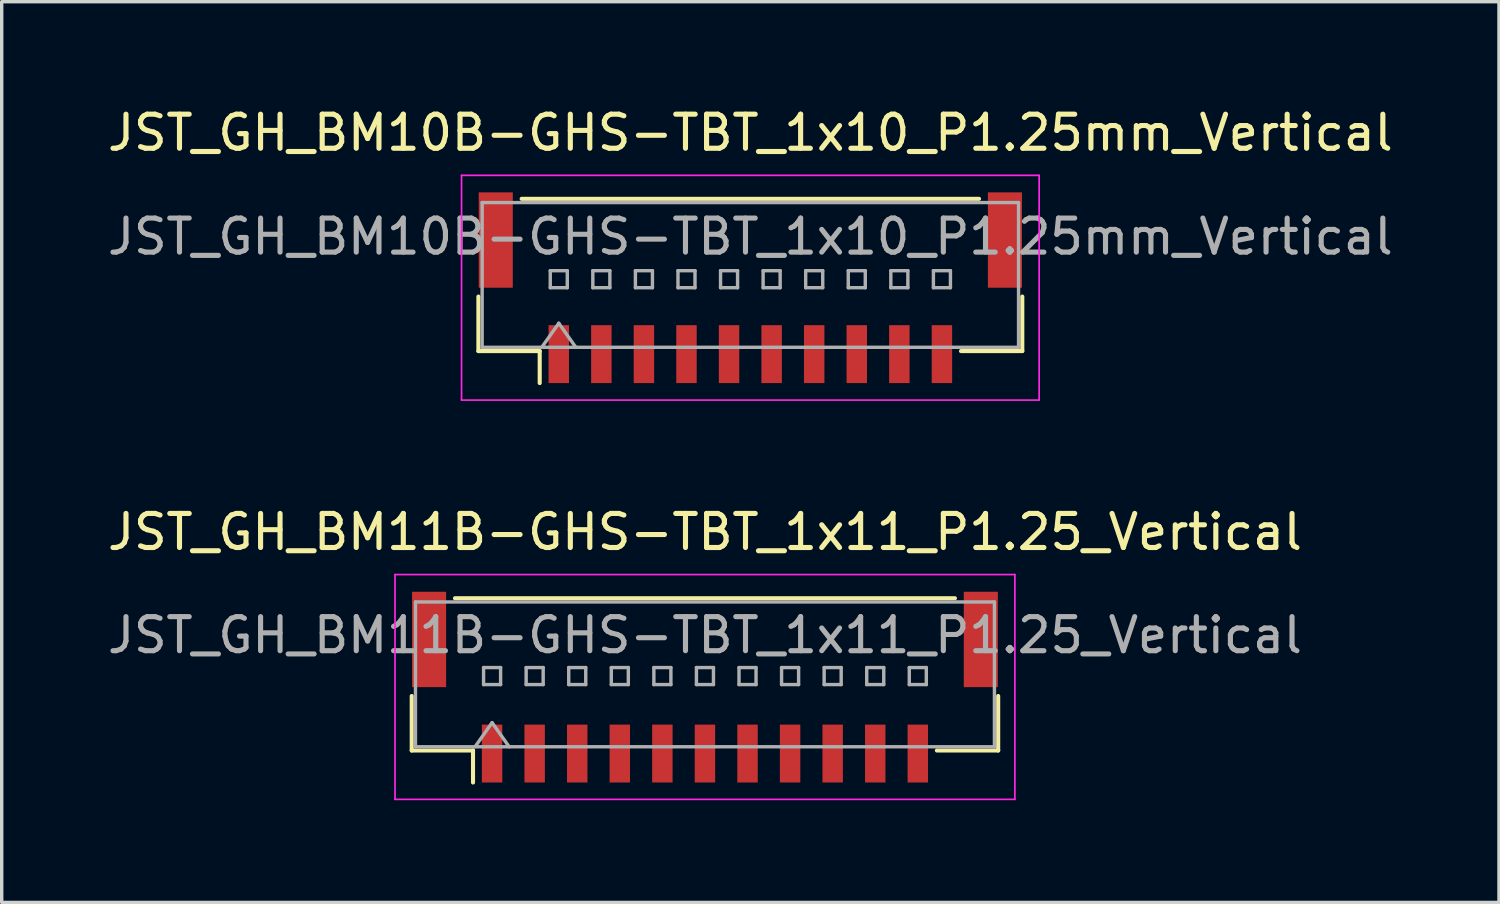
<source format=kicad_pcb>
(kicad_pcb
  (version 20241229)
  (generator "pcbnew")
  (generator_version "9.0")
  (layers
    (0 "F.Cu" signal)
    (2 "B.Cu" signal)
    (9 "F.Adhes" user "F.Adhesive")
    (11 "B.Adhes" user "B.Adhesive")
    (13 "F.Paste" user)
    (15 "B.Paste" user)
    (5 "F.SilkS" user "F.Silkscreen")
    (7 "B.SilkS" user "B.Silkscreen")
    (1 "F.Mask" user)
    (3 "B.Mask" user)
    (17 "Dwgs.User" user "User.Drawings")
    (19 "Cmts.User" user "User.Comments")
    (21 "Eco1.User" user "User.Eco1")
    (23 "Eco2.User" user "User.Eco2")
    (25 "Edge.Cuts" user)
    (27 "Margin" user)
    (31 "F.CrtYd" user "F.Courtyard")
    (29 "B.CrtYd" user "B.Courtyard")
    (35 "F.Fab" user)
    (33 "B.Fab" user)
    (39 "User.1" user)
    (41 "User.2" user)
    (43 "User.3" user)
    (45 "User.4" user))
  (footprint "JST_GH_BM11B-GHS-TBT_1x11_P1.25_Vertical"
    (layer "F.Cu")
    (at 17.649 17.401)
    (property "Reference" "JST_GH_BM11B-GHS-TBT_1x11_P1.25_Vertical" (at 0 -4.83 0) (layer "F.SilkS") (effects (font (size 1 1) (thickness 0.15))))
    (attr smd)
    (fp_line (start -8.61 -0.015) (end -8.61 1.585) (stroke (width 0.12) (type solid)) (layer "F.SilkS"))
    (fp_line (start -8.61 1.585) (end -6.81 1.585) (stroke (width 0.12) (type solid)) (layer "F.SilkS"))
    (fp_line (start -7.34 -2.885) (end 7.34 -2.885) (stroke (width 0.12) (type solid)) (layer "F.SilkS"))
    (fp_line (start -6.81 1.585) (end -6.81 2.525) (stroke (width 0.12) (type solid)) (layer "F.SilkS"))
    (fp_line (start 8.61 -0.015) (end 8.61 1.585) (stroke (width 0.12) (type solid)) (layer "F.SilkS"))
    (fp_line (start 8.61 1.585) (end 6.81 1.585) (stroke (width 0.12) (type solid)) (layer "F.SilkS"))
    (fp_line (start -9.1 -3.58) (end -9.1 3.02) (stroke (width 0.05) (type solid)) (layer "F.CrtYd"))
    (fp_line (start -9.1 3.02) (end 9.1 3.02) (stroke (width 0.05) (type solid)) (layer "F.CrtYd"))
    (fp_line (start 9.1 -3.58) (end -9.1 -3.58) (stroke (width 0.05) (type solid)) (layer "F.CrtYd"))
    (fp_line (start 9.1 3.02) (end 9.1 -3.58) (stroke (width 0.05) (type solid)) (layer "F.CrtYd"))
    (fp_line (start -8.5 -2.775) (end -8.5 1.475) (stroke (width 0.1) (type solid)) (layer "F.Fab"))
    (fp_line (start -8.5 1.475) (end 8.5 1.475) (stroke (width 0.1) (type solid)) (layer "F.Fab"))
    (fp_line (start -6.75 1.475) (end -6.25 0.768) (stroke (width 0.1) (type solid)) (layer "F.Fab"))
    (fp_line (start -6.5 -0.85) (end -6.5 -0.35) (stroke (width 0.1) (type solid)) (layer "F.Fab"))
    (fp_line (start -6.5 -0.35) (end -6 -0.35) (stroke (width 0.1) (type solid)) (layer "F.Fab"))
    (fp_line (start -6.25 0.768) (end -5.75 1.475) (stroke (width 0.1) (type solid)) (layer "F.Fab"))
    (fp_line (start -6 -0.85) (end -6.5 -0.85) (stroke (width 0.1) (type solid)) (layer "F.Fab"))
    (fp_line (start -6 -0.35) (end -6 -0.85) (stroke (width 0.1) (type solid)) (layer "F.Fab"))
    (fp_line (start -5.25 -0.85) (end -5.25 -0.35) (stroke (width 0.1) (type solid)) (layer "F.Fab"))
    (fp_line (start -5.25 -0.35) (end -4.75 -0.35) (stroke (width 0.1) (type solid)) (layer "F.Fab"))
    (fp_line (start -4.75 -0.85) (end -5.25 -0.85) (stroke (width 0.1) (type solid)) (layer "F.Fab"))
    (fp_line (start -4.75 -0.35) (end -4.75 -0.85) (stroke (width 0.1) (type solid)) (layer "F.Fab"))
    (fp_line (start -4 -0.85) (end -4 -0.35) (stroke (width 0.1) (type solid)) (layer "F.Fab"))
    (fp_line (start -4 -0.35) (end -3.5 -0.35) (stroke (width 0.1) (type solid)) (layer "F.Fab"))
    (fp_line (start -3.5 -0.85) (end -4 -0.85) (stroke (width 0.1) (type solid)) (layer "F.Fab"))
    (fp_line (start -3.5 -0.35) (end -3.5 -0.85) (stroke (width 0.1) (type solid)) (layer "F.Fab"))
    (fp_line (start -2.75 -0.85) (end -2.75 -0.35) (stroke (width 0.1) (type solid)) (layer "F.Fab"))
    (fp_line (start -2.75 -0.35) (end -2.25 -0.35) (stroke (width 0.1) (type solid)) (layer "F.Fab"))
    (fp_line (start -2.25 -0.85) (end -2.75 -0.85) (stroke (width 0.1) (type solid)) (layer "F.Fab"))
    (fp_line (start -2.25 -0.35) (end -2.25 -0.85) (stroke (width 0.1) (type solid)) (layer "F.Fab"))
    (fp_line (start -1.5 -0.85) (end -1.5 -0.35) (stroke (width 0.1) (type solid)) (layer "F.Fab"))
    (fp_line (start -1.5 -0.35) (end -1 -0.35) (stroke (width 0.1) (type solid)) (layer "F.Fab"))
    (fp_line (start -1 -0.85) (end -1.5 -0.85) (stroke (width 0.1) (type solid)) (layer "F.Fab"))
    (fp_line (start -1 -0.35) (end -1 -0.85) (stroke (width 0.1) (type solid)) (layer "F.Fab"))
    (fp_line (start -0.25 -0.85) (end -0.25 -0.35) (stroke (width 0.1) (type solid)) (layer "F.Fab"))
    (fp_line (start -0.25 -0.35) (end 0.25 -0.35) (stroke (width 0.1) (type solid)) (layer "F.Fab"))
    (fp_line (start 0.25 -0.85) (end -0.25 -0.85) (stroke (width 0.1) (type solid)) (layer "F.Fab"))
    (fp_line (start 0.25 -0.35) (end 0.25 -0.85) (stroke (width 0.1) (type solid)) (layer "F.Fab"))
    (fp_line (start 1 -0.85) (end 1 -0.35) (stroke (width 0.1) (type solid)) (layer "F.Fab"))
    (fp_line (start 1 -0.35) (end 1.5 -0.35) (stroke (width 0.1) (type solid)) (layer "F.Fab"))
    (fp_line (start 1.5 -0.85) (end 1 -0.85) (stroke (width 0.1) (type solid)) (layer "F.Fab"))
    (fp_line (start 1.5 -0.35) (end 1.5 -0.85) (stroke (width 0.1) (type solid)) (layer "F.Fab"))
    (fp_line (start 2.25 -0.85) (end 2.25 -0.35) (stroke (width 0.1) (type solid)) (layer "F.Fab"))
    (fp_line (start 2.25 -0.35) (end 2.75 -0.35) (stroke (width 0.1) (type solid)) (layer "F.Fab"))
    (fp_line (start 2.75 -0.85) (end 2.25 -0.85) (stroke (width 0.1) (type solid)) (layer "F.Fab"))
    (fp_line (start 2.75 -0.35) (end 2.75 -0.85) (stroke (width 0.1) (type solid)) (layer "F.Fab"))
    (fp_line (start 3.5 -0.85) (end 3.5 -0.35) (stroke (width 0.1) (type solid)) (layer "F.Fab"))
    (fp_line (start 3.5 -0.35) (end 4 -0.35) (stroke (width 0.1) (type solid)) (layer "F.Fab"))
    (fp_line (start 4 -0.85) (end 3.5 -0.85) (stroke (width 0.1) (type solid)) (layer "F.Fab"))
    (fp_line (start 4 -0.35) (end 4 -0.85) (stroke (width 0.1) (type solid)) (layer "F.Fab"))
    (fp_line (start 4.75 -0.85) (end 4.75 -0.35) (stroke (width 0.1) (type solid)) (layer "F.Fab"))
    (fp_line (start 4.75 -0.35) (end 5.25 -0.35) (stroke (width 0.1) (type solid)) (layer "F.Fab"))
    (fp_line (start 5.25 -0.85) (end 4.75 -0.85) (stroke (width 0.1) (type solid)) (layer "F.Fab"))
    (fp_line (start 5.25 -0.35) (end 5.25 -0.85) (stroke (width 0.1) (type solid)) (layer "F.Fab"))
    (fp_line (start 6 -0.85) (end 6 -0.35) (stroke (width 0.1) (type solid)) (layer "F.Fab"))
    (fp_line (start 6 -0.35) (end 6.5 -0.35) (stroke (width 0.1) (type solid)) (layer "F.Fab"))
    (fp_line (start 6.5 -0.85) (end 6 -0.85) (stroke (width 0.1) (type solid)) (layer "F.Fab"))
    (fp_line (start 6.5 -0.35) (end 6.5 -0.85) (stroke (width 0.1) (type solid)) (layer "F.Fab"))
    (fp_line (start 8.5 -2.775) (end -8.5 -2.775) (stroke (width 0.1) (type solid)) (layer "F.Fab"))
    (fp_line (start 8.5 1.475) (end 8.5 -2.775) (stroke (width 0.1) (type solid)) (layer "F.Fab"))
    (fp_text user "${REFERENCE}" (at 0 -1.8 0) (layer "F.Fab") (effects (font (size 1 1) (thickness 0.15))))
    (pad "" smd rect (at -8.1 -1.675) (size 1 2.8) (layers "F.Cu" "F.Mask" "F.Paste"))
    (pad "" smd rect (at 8.1 -1.675) (size 1 2.8) (layers "F.Cu" "F.Mask" "F.Paste"))
    (pad "1" smd rect (at -6.25 1.675) (size 0.6 1.7) (layers "F.Cu" "F.Mask" "F.Paste"))
    (pad "2" smd rect (at -5 1.675) (size 0.6 1.7) (layers "F.Cu" "F.Mask" "F.Paste"))
    (pad "3" smd rect (at -3.75 1.675) (size 0.6 1.7) (layers "F.Cu" "F.Mask" "F.Paste"))
    (pad "4" smd rect (at -2.5 1.675) (size 0.6 1.7) (layers "F.Cu" "F.Mask" "F.Paste"))
    (pad "5" smd rect (at -1.25 1.675) (size 0.6 1.7) (layers "F.Cu" "F.Mask" "F.Paste"))
    (pad "6" smd rect (at 0 1.675) (size 0.6 1.7) (layers "F.Cu" "F.Mask" "F.Paste"))
    (pad "7" smd rect (at 1.25 1.675) (size 0.6 1.7) (layers "F.Cu" "F.Mask" "F.Paste"))
    (pad "8" smd rect (at 2.5 1.675) (size 0.6 1.7) (layers "F.Cu" "F.Mask" "F.Paste"))
    (pad "9" smd rect (at 3.75 1.675) (size 0.6 1.7) (layers "F.Cu" "F.Mask" "F.Paste"))
    (pad "10" smd rect (at 5 1.675) (size 0.6 1.7) (layers "F.Cu" "F.Mask" "F.Paste"))
    (pad "11" smd rect (at 6.25 1.675) (size 0.6 1.7) (layers "F.Cu" "F.Mask" "F.Paste")))
  (footprint "JST_GH_BM10B-GHS-TBT_1x10_P1.25mm_Vertical"
    (layer "F.Cu")
    (at 18.982 5.398)
    (property "Reference" "JST_GH_BM10B-GHS-TBT_1x10_P1.25mm_Vertical" (at 0 -4.55 0) (layer "F.SilkS") (effects (font (size 1 1) (thickness 0.15))))
    (attr smd)
    (fp_line (start -7.985 0.26) (end -7.985 1.86) (stroke (width 0.12) (type solid)) (layer "F.SilkS"))
    (fp_line (start -7.985 1.86) (end -6.185 1.86) (stroke (width 0.12) (type solid)) (layer "F.SilkS"))
    (fp_line (start -6.715 -2.61) (end 6.715 -2.61) (stroke (width 0.12) (type solid)) (layer "F.SilkS"))
    (fp_line (start -6.185 1.86) (end -6.185 2.8) (stroke (width 0.12) (type solid)) (layer "F.SilkS"))
    (fp_line (start 7.985 0.26) (end 7.985 1.86) (stroke (width 0.12) (type solid)) (layer "F.SilkS"))
    (fp_line (start 7.985 1.86) (end 6.185 1.86) (stroke (width 0.12) (type solid)) (layer "F.SilkS"))
    (fp_line (start -8.48 -3.3) (end -8.48 3.3) (stroke (width 0.05) (type solid)) (layer "F.CrtYd"))
    (fp_line (start -8.48 3.3) (end 8.48 3.3) (stroke (width 0.05) (type solid)) (layer "F.CrtYd"))
    (fp_line (start 8.48 -3.3) (end -8.48 -3.3) (stroke (width 0.05) (type solid)) (layer "F.CrtYd"))
    (fp_line (start 8.48 3.3) (end 8.48 -3.3) (stroke (width 0.05) (type solid)) (layer "F.CrtYd"))
    (fp_line (start -7.875 -2.5) (end 7.875 -2.5) (stroke (width 0.1) (type solid)) (layer "F.Fab"))
    (fp_line (start -7.875 1.75) (end -7.875 -2.5) (stroke (width 0.1) (type solid)) (layer "F.Fab"))
    (fp_line (start -7.875 1.75) (end 7.875 1.75) (stroke (width 0.1) (type solid)) (layer "F.Fab"))
    (fp_line (start -6.125 1.75) (end -5.625 1.043) (stroke (width 0.1) (type solid)) (layer "F.Fab"))
    (fp_line (start -5.875 -0.5) (end -5.875 0) (stroke (width 0.1) (type solid)) (layer "F.Fab"))
    (fp_line (start -5.875 0) (end -5.375 0) (stroke (width 0.1) (type solid)) (layer "F.Fab"))
    (fp_line (start -5.625 1.043) (end -5.125 1.75) (stroke (width 0.1) (type solid)) (layer "F.Fab"))
    (fp_line (start -5.375 -0.5) (end -5.875 -0.5) (stroke (width 0.1) (type solid)) (layer "F.Fab"))
    (fp_line (start -5.375 0) (end -5.375 -0.5) (stroke (width 0.1) (type solid)) (layer "F.Fab"))
    (fp_line (start -4.625 -0.5) (end -4.625 0) (stroke (width 0.1) (type solid)) (layer "F.Fab"))
    (fp_line (start -4.625 0) (end -4.125 0) (stroke (width 0.1) (type solid)) (layer "F.Fab"))
    (fp_line (start -4.125 -0.5) (end -4.625 -0.5) (stroke (width 0.1) (type solid)) (layer "F.Fab"))
    (fp_line (start -4.125 0) (end -4.125 -0.5) (stroke (width 0.1) (type solid)) (layer "F.Fab"))
    (fp_line (start -3.375 -0.5) (end -3.375 0) (stroke (width 0.1) (type solid)) (layer "F.Fab"))
    (fp_line (start -3.375 0) (end -2.875 0) (stroke (width 0.1) (type solid)) (layer "F.Fab"))
    (fp_line (start -2.875 -0.5) (end -3.375 -0.5) (stroke (width 0.1) (type solid)) (layer "F.Fab"))
    (fp_line (start -2.875 0) (end -2.875 -0.5) (stroke (width 0.1) (type solid)) (layer "F.Fab"))
    (fp_line (start -2.125 -0.5) (end -2.125 0) (stroke (width 0.1) (type solid)) (layer "F.Fab"))
    (fp_line (start -2.125 0) (end -1.625 0) (stroke (width 0.1) (type solid)) (layer "F.Fab"))
    (fp_line (start -1.625 -0.5) (end -2.125 -0.5) (stroke (width 0.1) (type solid)) (layer "F.Fab"))
    (fp_line (start -1.625 0) (end -1.625 -0.5) (stroke (width 0.1) (type solid)) (layer "F.Fab"))
    (fp_line (start -0.875 -0.5) (end -0.875 0) (stroke (width 0.1) (type solid)) (layer "F.Fab"))
    (fp_line (start -0.875 0) (end -0.375 0) (stroke (width 0.1) (type solid)) (layer "F.Fab"))
    (fp_line (start -0.375 -0.5) (end -0.875 -0.5) (stroke (width 0.1) (type solid)) (layer "F.Fab"))
    (fp_line (start -0.375 0) (end -0.375 -0.5) (stroke (width 0.1) (type solid)) (layer "F.Fab"))
    (fp_line (start 0.375 -0.5) (end 0.375 0) (stroke (width 0.1) (type solid)) (layer "F.Fab"))
    (fp_line (start 0.375 0) (end 0.875 0) (stroke (width 0.1) (type solid)) (layer "F.Fab"))
    (fp_line (start 0.875 -0.5) (end 0.375 -0.5) (stroke (width 0.1) (type solid)) (layer "F.Fab"))
    (fp_line (start 0.875 0) (end 0.875 -0.5) (stroke (width 0.1) (type solid)) (layer "F.Fab"))
    (fp_line (start 1.625 -0.5) (end 1.625 0) (stroke (width 0.1) (type solid)) (layer "F.Fab"))
    (fp_line (start 1.625 0) (end 2.125 0) (stroke (width 0.1) (type solid)) (layer "F.Fab"))
    (fp_line (start 2.125 -0.5) (end 1.625 -0.5) (stroke (width 0.1) (type solid)) (layer "F.Fab"))
    (fp_line (start 2.125 0) (end 2.125 -0.5) (stroke (width 0.1) (type solid)) (layer "F.Fab"))
    (fp_line (start 2.875 -0.5) (end 2.875 0) (stroke (width 0.1) (type solid)) (layer "F.Fab"))
    (fp_line (start 2.875 0) (end 3.375 0) (stroke (width 0.1) (type solid)) (layer "F.Fab"))
    (fp_line (start 3.375 -0.5) (end 2.875 -0.5) (stroke (width 0.1) (type solid)) (layer "F.Fab"))
    (fp_line (start 3.375 0) (end 3.375 -0.5) (stroke (width 0.1) (type solid)) (layer "F.Fab"))
    (fp_line (start 4.125 -0.5) (end 4.125 0) (stroke (width 0.1) (type solid)) (layer "F.Fab"))
    (fp_line (start 4.125 0) (end 4.625 0) (stroke (width 0.1) (type solid)) (layer "F.Fab"))
    (fp_line (start 4.625 -0.5) (end 4.125 -0.5) (stroke (width 0.1) (type solid)) (layer "F.Fab"))
    (fp_line (start 4.625 0) (end 4.625 -0.5) (stroke (width 0.1) (type solid)) (layer "F.Fab"))
    (fp_line (start 5.375 -0.5) (end 5.375 0) (stroke (width 0.1) (type solid)) (layer "F.Fab"))
    (fp_line (start 5.375 0) (end 5.875 0) (stroke (width 0.1) (type solid)) (layer "F.Fab"))
    (fp_line (start 5.875 -0.5) (end 5.375 -0.5) (stroke (width 0.1) (type solid)) (layer "F.Fab"))
    (fp_line (start 5.875 0) (end 5.875 -0.5) (stroke (width 0.1) (type solid)) (layer "F.Fab"))
    (fp_line (start 7.875 1.75) (end 7.875 -2.5) (stroke (width 0.1) (type solid)) (layer "F.Fab"))
    (fp_text user "${REFERENCE}" (at 0 -1.5 0) (layer "F.Fab") (effects (font (size 1 1) (thickness 0.15))))
    (pad "" smd rect (at -7.475 -1.4) (size 1 2.8) (layers "F.Cu" "F.Mask" "F.Paste"))
    (pad "" smd rect (at 7.475 -1.4) (size 1 2.8) (layers "F.Cu" "F.Mask" "F.Paste"))
    (pad "1" smd rect (at -5.625 1.95) (size 0.6 1.7) (layers "F.Cu" "F.Mask" "F.Paste"))
    (pad "2" smd rect (at -4.375 1.95) (size 0.6 1.7) (layers "F.Cu" "F.Mask" "F.Paste"))
    (pad "3" smd rect (at -3.125 1.95) (size 0.6 1.7) (layers "F.Cu" "F.Mask" "F.Paste"))
    (pad "4" smd rect (at -1.875 1.95) (size 0.6 1.7) (layers "F.Cu" "F.Mask" "F.Paste"))
    (pad "5" smd rect (at -0.625 1.95) (size 0.6 1.7) (layers "F.Cu" "F.Mask" "F.Paste"))
    (pad "6" smd rect (at 0.625 1.95) (size 0.6 1.7) (layers "F.Cu" "F.Mask" "F.Paste"))
    (pad "7" smd rect (at 1.875 1.95) (size 0.6 1.7) (layers "F.Cu" "F.Mask" "F.Paste"))
    (pad "8" smd rect (at 3.125 1.95) (size 0.6 1.7) (layers "F.Cu" "F.Mask" "F.Paste"))
    (pad "9" smd rect (at 4.375 1.95) (size 0.6 1.7) (layers "F.Cu" "F.Mask" "F.Paste"))
    (pad "10" smd rect (at 5.625 1.95) (size 0.6 1.7) (layers "F.Cu" "F.Mask" "F.Paste")))
  (gr_rect
    (start -3 -3)
    (end 40.964 23.447)
    (stroke (width 0.1) (type default))
    (fill no)
    (layer "Edge.Cuts")))
</source>
